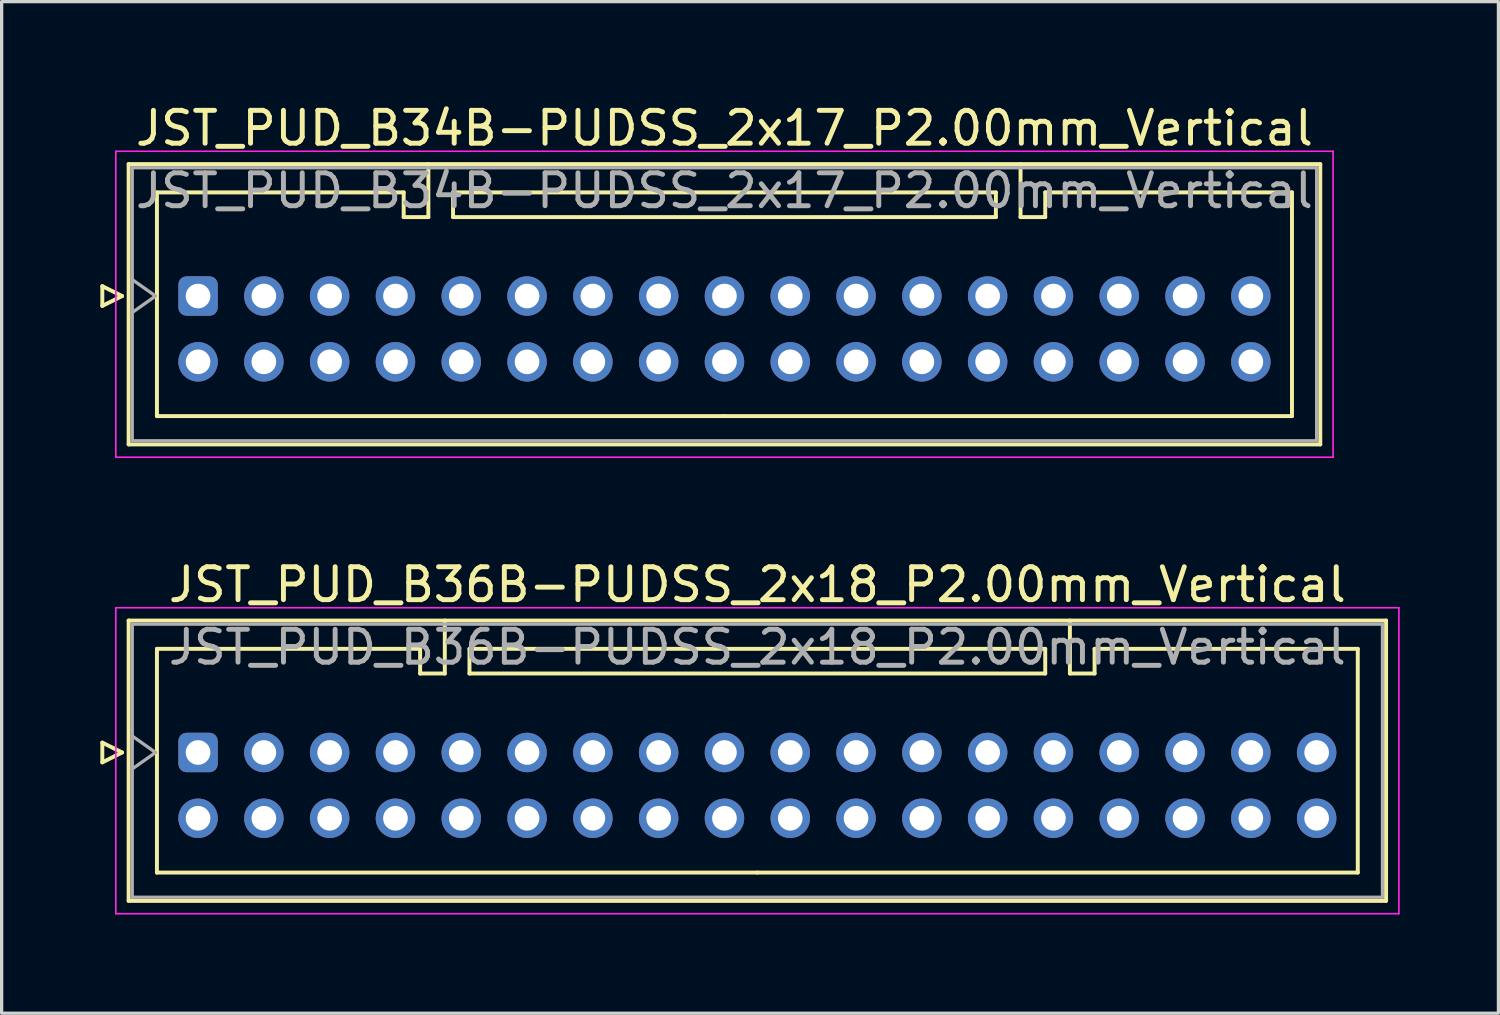
<source format=kicad_pcb>
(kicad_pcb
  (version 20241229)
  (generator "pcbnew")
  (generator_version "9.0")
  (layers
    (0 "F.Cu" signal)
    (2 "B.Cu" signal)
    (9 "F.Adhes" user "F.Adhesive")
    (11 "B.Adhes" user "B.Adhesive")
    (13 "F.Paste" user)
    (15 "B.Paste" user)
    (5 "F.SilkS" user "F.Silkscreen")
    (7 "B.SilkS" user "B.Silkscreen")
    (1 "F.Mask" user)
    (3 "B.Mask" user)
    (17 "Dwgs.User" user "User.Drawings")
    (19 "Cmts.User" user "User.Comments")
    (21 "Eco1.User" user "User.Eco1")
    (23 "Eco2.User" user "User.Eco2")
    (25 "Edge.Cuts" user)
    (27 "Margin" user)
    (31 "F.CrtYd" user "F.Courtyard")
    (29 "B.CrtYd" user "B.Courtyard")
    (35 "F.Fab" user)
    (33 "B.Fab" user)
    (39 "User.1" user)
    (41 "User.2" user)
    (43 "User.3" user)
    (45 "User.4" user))
  (footprint "JST_PUD_B36B-PUDSS_2x18_P2.00mm_Vertical"
    (layer "F.Cu")
    (at 2.97 19.822)
    (property "Reference" "JST_PUD_B36B-PUDSS_2x18_P2.00mm_Vertical" (at 17 -5.1 0) (layer "F.SilkS") (effects (font (size 1 1) (thickness 0.15))))
    (attr through_hole)
    (fp_line (start -2.91 -0.3) (end -2.31 0) (stroke (width 0.12) (type solid)) (layer "F.SilkS"))
    (fp_line (start -2.91 0.3) (end -2.91 -0.3) (stroke (width 0.12) (type solid)) (layer "F.SilkS"))
    (fp_line (start -2.31 0) (end -2.91 0.3) (stroke (width 0.12) (type solid)) (layer "F.SilkS"))
    (fp_line (start -2.11 -4.01) (end -2.11 4.51) (stroke (width 0.12) (type solid)) (layer "F.SilkS"))
    (fp_line (start -2.11 4.51) (end 36.11 4.51) (stroke (width 0.12) (type solid)) (layer "F.SilkS"))
    (fp_line (start -1.25 -3.15) (end -1.25 3.65) (stroke (width 0.12) (type solid)) (layer "F.SilkS"))
    (fp_line (start -1.25 3.65) (end 17 3.65) (stroke (width 0.12) (type solid)) (layer "F.SilkS"))
    (fp_line (start 6.75 -3.15) (end -1.25 -3.15) (stroke (width 0.12) (type solid)) (layer "F.SilkS"))
    (fp_line (start 6.75 -2.4) (end 6.75 -3.15) (stroke (width 0.12) (type solid)) (layer "F.SilkS"))
    (fp_line (start 7.5 -4.01) (end 7.5 -2.4) (stroke (width 0.12) (type solid)) (layer "F.SilkS"))
    (fp_line (start 7.5 -2.4) (end 6.75 -2.4) (stroke (width 0.12) (type solid)) (layer "F.SilkS"))
    (fp_line (start 8.25 -3.15) (end 8.25 -2.4) (stroke (width 0.12) (type solid)) (layer "F.SilkS"))
    (fp_line (start 8.25 -2.4) (end 25.75 -2.4) (stroke (width 0.12) (type solid)) (layer "F.SilkS"))
    (fp_line (start 25.75 -3.15) (end 8.25 -3.15) (stroke (width 0.12) (type solid)) (layer "F.SilkS"))
    (fp_line (start 25.75 -2.4) (end 25.75 -3.15) (stroke (width 0.12) (type solid)) (layer "F.SilkS"))
    (fp_line (start 26.5 -4.01) (end 26.5 -2.4) (stroke (width 0.12) (type solid)) (layer "F.SilkS"))
    (fp_line (start 26.5 -2.4) (end 27.25 -2.4) (stroke (width 0.12) (type solid)) (layer "F.SilkS"))
    (fp_line (start 27.25 -3.15) (end 35.25 -3.15) (stroke (width 0.12) (type solid)) (layer "F.SilkS"))
    (fp_line (start 27.25 -2.4) (end 27.25 -3.15) (stroke (width 0.12) (type solid)) (layer "F.SilkS"))
    (fp_line (start 35.25 -3.15) (end 35.25 3.65) (stroke (width 0.12) (type solid)) (layer "F.SilkS"))
    (fp_line (start 35.25 3.65) (end 17 3.65) (stroke (width 0.12) (type solid)) (layer "F.SilkS"))
    (fp_line (start 36.11 -4.01) (end -2.11 -4.01) (stroke (width 0.12) (type solid)) (layer "F.SilkS"))
    (fp_line (start 36.11 4.51) (end 36.11 -4.01) (stroke (width 0.12) (type solid)) (layer "F.SilkS"))
    (fp_line (start -2.5 -4.4) (end -2.5 4.9) (stroke (width 0.05) (type solid)) (layer "F.CrtYd"))
    (fp_line (start -2.5 4.9) (end 36.5 4.9) (stroke (width 0.05) (type solid)) (layer "F.CrtYd"))
    (fp_line (start 36.5 -4.4) (end -2.5 -4.4) (stroke (width 0.05) (type solid)) (layer "F.CrtYd"))
    (fp_line (start 36.5 4.9) (end 36.5 -4.4) (stroke (width 0.05) (type solid)) (layer "F.CrtYd"))
    (fp_line (start -2 -3.9) (end -2 4.4) (stroke (width 0.1) (type solid)) (layer "F.Fab"))
    (fp_line (start -2 0.5) (end -1.293 0) (stroke (width 0.1) (type solid)) (layer "F.Fab"))
    (fp_line (start -2 4.4) (end 36 4.4) (stroke (width 0.1) (type solid)) (layer "F.Fab"))
    (fp_line (start -1.293 0) (end -2 -0.5) (stroke (width 0.1) (type solid)) (layer "F.Fab"))
    (fp_line (start 36 -3.9) (end -2 -3.9) (stroke (width 0.1) (type solid)) (layer "F.Fab"))
    (fp_line (start 36 4.4) (end 36 -3.9) (stroke (width 0.1) (type solid)) (layer "F.Fab"))
    (fp_text user "${REFERENCE}" (at 17 -3.2 0) (layer "F.Fab") (effects (font (size 1 1) (thickness 0.15))))
    (pad "1" thru_hole roundrect (at 0 0) (size 1.2 1.2) (drill 0.75) (layers "*.Cu" "*.Mask") (roundrect_rratio 0.208))
    (pad "2" thru_hole circle (at 0 2) (size 1.2 1.2) (drill 0.75) (layers "*.Cu" "*.Mask"))
    (pad "3" thru_hole circle (at 2 0) (size 1.2 1.2) (drill 0.75) (layers "*.Cu" "*.Mask"))
    (pad "4" thru_hole circle (at 2 2) (size 1.2 1.2) (drill 0.75) (layers "*.Cu" "*.Mask"))
    (pad "5" thru_hole circle (at 4 0) (size 1.2 1.2) (drill 0.75) (layers "*.Cu" "*.Mask"))
    (pad "6" thru_hole circle (at 4 2) (size 1.2 1.2) (drill 0.75) (layers "*.Cu" "*.Mask"))
    (pad "7" thru_hole circle (at 6 0) (size 1.2 1.2) (drill 0.75) (layers "*.Cu" "*.Mask"))
    (pad "8" thru_hole circle (at 6 2) (size 1.2 1.2) (drill 0.75) (layers "*.Cu" "*.Mask"))
    (pad "9" thru_hole circle (at 8 0) (size 1.2 1.2) (drill 0.75) (layers "*.Cu" "*.Mask"))
    (pad "10" thru_hole circle (at 8 2) (size 1.2 1.2) (drill 0.75) (layers "*.Cu" "*.Mask"))
    (pad "11" thru_hole circle (at 10 0) (size 1.2 1.2) (drill 0.75) (layers "*.Cu" "*.Mask"))
    (pad "12" thru_hole circle (at 10 2) (size 1.2 1.2) (drill 0.75) (layers "*.Cu" "*.Mask"))
    (pad "13" thru_hole circle (at 12 0) (size 1.2 1.2) (drill 0.75) (layers "*.Cu" "*.Mask"))
    (pad "14" thru_hole circle (at 12 2) (size 1.2 1.2) (drill 0.75) (layers "*.Cu" "*.Mask"))
    (pad "15" thru_hole circle (at 14 0) (size 1.2 1.2) (drill 0.75) (layers "*.Cu" "*.Mask"))
    (pad "16" thru_hole circle (at 14 2) (size 1.2 1.2) (drill 0.75) (layers "*.Cu" "*.Mask"))
    (pad "17" thru_hole circle (at 16 0) (size 1.2 1.2) (drill 0.75) (layers "*.Cu" "*.Mask"))
    (pad "18" thru_hole circle (at 16 2) (size 1.2 1.2) (drill 0.75) (layers "*.Cu" "*.Mask"))
    (pad "19" thru_hole circle (at 18 0) (size 1.2 1.2) (drill 0.75) (layers "*.Cu" "*.Mask"))
    (pad "20" thru_hole circle (at 18 2) (size 1.2 1.2) (drill 0.75) (layers "*.Cu" "*.Mask"))
    (pad "21" thru_hole circle (at 20 0) (size 1.2 1.2) (drill 0.75) (layers "*.Cu" "*.Mask"))
    (pad "22" thru_hole circle (at 20 2) (size 1.2 1.2) (drill 0.75) (layers "*.Cu" "*.Mask"))
    (pad "23" thru_hole circle (at 22 0) (size 1.2 1.2) (drill 0.75) (layers "*.Cu" "*.Mask"))
    (pad "24" thru_hole circle (at 22 2) (size 1.2 1.2) (drill 0.75) (layers "*.Cu" "*.Mask"))
    (pad "25" thru_hole circle (at 24 0) (size 1.2 1.2) (drill 0.75) (layers "*.Cu" "*.Mask"))
    (pad "26" thru_hole circle (at 24 2) (size 1.2 1.2) (drill 0.75) (layers "*.Cu" "*.Mask"))
    (pad "27" thru_hole circle (at 26 0) (size 1.2 1.2) (drill 0.75) (layers "*.Cu" "*.Mask"))
    (pad "28" thru_hole circle (at 26 2) (size 1.2 1.2) (drill 0.75) (layers "*.Cu" "*.Mask"))
    (pad "29" thru_hole circle (at 28 0) (size 1.2 1.2) (drill 0.75) (layers "*.Cu" "*.Mask"))
    (pad "30" thru_hole circle (at 28 2) (size 1.2 1.2) (drill 0.75) (layers "*.Cu" "*.Mask"))
    (pad "31" thru_hole circle (at 30 0) (size 1.2 1.2) (drill 0.75) (layers "*.Cu" "*.Mask"))
    (pad "32" thru_hole circle (at 30 2) (size 1.2 1.2) (drill 0.75) (layers "*.Cu" "*.Mask"))
    (pad "33" thru_hole circle (at 32 0) (size 1.2 1.2) (drill 0.75) (layers "*.Cu" "*.Mask"))
    (pad "34" thru_hole circle (at 32 2) (size 1.2 1.2) (drill 0.75) (layers "*.Cu" "*.Mask"))
    (pad "35" thru_hole circle (at 34 0) (size 1.2 1.2) (drill 0.75) (layers "*.Cu" "*.Mask"))
    (pad "36" thru_hole circle (at 34 2) (size 1.2 1.2) (drill 0.75) (layers "*.Cu" "*.Mask")))
  (footprint "JST_PUD_B34B-PUDSS_2x17_P2.00mm_Vertical"
    (layer "F.Cu")
    (at 2.97 5.948)
    (property "Reference" "JST_PUD_B34B-PUDSS_2x17_P2.00mm_Vertical" (at 16 -5.1 0) (layer "F.SilkS") (effects (font (size 1 1) (thickness 0.15))))
    (attr through_hole)
    (fp_line (start -2.91 -0.3) (end -2.31 0) (stroke (width 0.12) (type solid)) (layer "F.SilkS"))
    (fp_line (start -2.91 0.3) (end -2.91 -0.3) (stroke (width 0.12) (type solid)) (layer "F.SilkS"))
    (fp_line (start -2.31 0) (end -2.91 0.3) (stroke (width 0.12) (type solid)) (layer "F.SilkS"))
    (fp_line (start -2.11 -4.01) (end -2.11 4.51) (stroke (width 0.12) (type solid)) (layer "F.SilkS"))
    (fp_line (start -2.11 4.51) (end 34.11 4.51) (stroke (width 0.12) (type solid)) (layer "F.SilkS"))
    (fp_line (start -1.25 -3.15) (end -1.25 3.65) (stroke (width 0.12) (type solid)) (layer "F.SilkS"))
    (fp_line (start -1.25 3.65) (end 16 3.65) (stroke (width 0.12) (type solid)) (layer "F.SilkS"))
    (fp_line (start 6.25 -3.15) (end -1.25 -3.15) (stroke (width 0.12) (type solid)) (layer "F.SilkS"))
    (fp_line (start 6.25 -2.4) (end 6.25 -3.15) (stroke (width 0.12) (type solid)) (layer "F.SilkS"))
    (fp_line (start 7 -4.01) (end 7 -2.4) (stroke (width 0.12) (type solid)) (layer "F.SilkS"))
    (fp_line (start 7 -2.4) (end 6.25 -2.4) (stroke (width 0.12) (type solid)) (layer "F.SilkS"))
    (fp_line (start 7.75 -3.15) (end 7.75 -2.4) (stroke (width 0.12) (type solid)) (layer "F.SilkS"))
    (fp_line (start 7.75 -2.4) (end 24.25 -2.4) (stroke (width 0.12) (type solid)) (layer "F.SilkS"))
    (fp_line (start 24.25 -3.15) (end 7.75 -3.15) (stroke (width 0.12) (type solid)) (layer "F.SilkS"))
    (fp_line (start 24.25 -2.4) (end 24.25 -3.15) (stroke (width 0.12) (type solid)) (layer "F.SilkS"))
    (fp_line (start 25 -4.01) (end 25 -2.4) (stroke (width 0.12) (type solid)) (layer "F.SilkS"))
    (fp_line (start 25 -2.4) (end 25.75 -2.4) (stroke (width 0.12) (type solid)) (layer "F.SilkS"))
    (fp_line (start 25.75 -3.15) (end 33.25 -3.15) (stroke (width 0.12) (type solid)) (layer "F.SilkS"))
    (fp_line (start 25.75 -2.4) (end 25.75 -3.15) (stroke (width 0.12) (type solid)) (layer "F.SilkS"))
    (fp_line (start 33.25 -3.15) (end 33.25 3.65) (stroke (width 0.12) (type solid)) (layer "F.SilkS"))
    (fp_line (start 33.25 3.65) (end 16 3.65) (stroke (width 0.12) (type solid)) (layer "F.SilkS"))
    (fp_line (start 34.11 -4.01) (end -2.11 -4.01) (stroke (width 0.12) (type solid)) (layer "F.SilkS"))
    (fp_line (start 34.11 4.51) (end 34.11 -4.01) (stroke (width 0.12) (type solid)) (layer "F.SilkS"))
    (fp_line (start -2.5 -4.4) (end -2.5 4.9) (stroke (width 0.05) (type solid)) (layer "F.CrtYd"))
    (fp_line (start -2.5 4.9) (end 34.5 4.9) (stroke (width 0.05) (type solid)) (layer "F.CrtYd"))
    (fp_line (start 34.5 -4.4) (end -2.5 -4.4) (stroke (width 0.05) (type solid)) (layer "F.CrtYd"))
    (fp_line (start 34.5 4.9) (end 34.5 -4.4) (stroke (width 0.05) (type solid)) (layer "F.CrtYd"))
    (fp_line (start -2 -3.9) (end -2 4.4) (stroke (width 0.1) (type solid)) (layer "F.Fab"))
    (fp_line (start -2 0.5) (end -1.293 0) (stroke (width 0.1) (type solid)) (layer "F.Fab"))
    (fp_line (start -2 4.4) (end 34 4.4) (stroke (width 0.1) (type solid)) (layer "F.Fab"))
    (fp_line (start -1.293 0) (end -2 -0.5) (stroke (width 0.1) (type solid)) (layer "F.Fab"))
    (fp_line (start 34 -3.9) (end -2 -3.9) (stroke (width 0.1) (type solid)) (layer "F.Fab"))
    (fp_line (start 34 4.4) (end 34 -3.9) (stroke (width 0.1) (type solid)) (layer "F.Fab"))
    (fp_text user "${REFERENCE}" (at 16 -3.2 0) (layer "F.Fab") (effects (font (size 1 1) (thickness 0.15))))
    (pad "1" thru_hole roundrect (at 0 0) (size 1.2 1.2) (drill 0.75) (layers "*.Cu" "*.Mask") (roundrect_rratio 0.208))
    (pad "2" thru_hole circle (at 0 2) (size 1.2 1.2) (drill 0.75) (layers "*.Cu" "*.Mask"))
    (pad "3" thru_hole circle (at 2 0) (size 1.2 1.2) (drill 0.75) (layers "*.Cu" "*.Mask"))
    (pad "4" thru_hole circle (at 2 2) (size 1.2 1.2) (drill 0.75) (layers "*.Cu" "*.Mask"))
    (pad "5" thru_hole circle (at 4 0) (size 1.2 1.2) (drill 0.75) (layers "*.Cu" "*.Mask"))
    (pad "6" thru_hole circle (at 4 2) (size 1.2 1.2) (drill 0.75) (layers "*.Cu" "*.Mask"))
    (pad "7" thru_hole circle (at 6 0) (size 1.2 1.2) (drill 0.75) (layers "*.Cu" "*.Mask"))
    (pad "8" thru_hole circle (at 6 2) (size 1.2 1.2) (drill 0.75) (layers "*.Cu" "*.Mask"))
    (pad "9" thru_hole circle (at 8 0) (size 1.2 1.2) (drill 0.75) (layers "*.Cu" "*.Mask"))
    (pad "10" thru_hole circle (at 8 2) (size 1.2 1.2) (drill 0.75) (layers "*.Cu" "*.Mask"))
    (pad "11" thru_hole circle (at 10 0) (size 1.2 1.2) (drill 0.75) (layers "*.Cu" "*.Mask"))
    (pad "12" thru_hole circle (at 10 2) (size 1.2 1.2) (drill 0.75) (layers "*.Cu" "*.Mask"))
    (pad "13" thru_hole circle (at 12 0) (size 1.2 1.2) (drill 0.75) (layers "*.Cu" "*.Mask"))
    (pad "14" thru_hole circle (at 12 2) (size 1.2 1.2) (drill 0.75) (layers "*.Cu" "*.Mask"))
    (pad "15" thru_hole circle (at 14 0) (size 1.2 1.2) (drill 0.75) (layers "*.Cu" "*.Mask"))
    (pad "16" thru_hole circle (at 14 2) (size 1.2 1.2) (drill 0.75) (layers "*.Cu" "*.Mask"))
    (pad "17" thru_hole circle (at 16 0) (size 1.2 1.2) (drill 0.75) (layers "*.Cu" "*.Mask"))
    (pad "18" thru_hole circle (at 16 2) (size 1.2 1.2) (drill 0.75) (layers "*.Cu" "*.Mask"))
    (pad "19" thru_hole circle (at 18 0) (size 1.2 1.2) (drill 0.75) (layers "*.Cu" "*.Mask"))
    (pad "20" thru_hole circle (at 18 2) (size 1.2 1.2) (drill 0.75) (layers "*.Cu" "*.Mask"))
    (pad "21" thru_hole circle (at 20 0) (size 1.2 1.2) (drill 0.75) (layers "*.Cu" "*.Mask"))
    (pad "22" thru_hole circle (at 20 2) (size 1.2 1.2) (drill 0.75) (layers "*.Cu" "*.Mask"))
    (pad "23" thru_hole circle (at 22 0) (size 1.2 1.2) (drill 0.75) (layers "*.Cu" "*.Mask"))
    (pad "24" thru_hole circle (at 22 2) (size 1.2 1.2) (drill 0.75) (layers "*.Cu" "*.Mask"))
    (pad "25" thru_hole circle (at 24 0) (size 1.2 1.2) (drill 0.75) (layers "*.Cu" "*.Mask"))
    (pad "26" thru_hole circle (at 24 2) (size 1.2 1.2) (drill 0.75) (layers "*.Cu" "*.Mask"))
    (pad "27" thru_hole circle (at 26 0) (size 1.2 1.2) (drill 0.75) (layers "*.Cu" "*.Mask"))
    (pad "28" thru_hole circle (at 26 2) (size 1.2 1.2) (drill 0.75) (layers "*.Cu" "*.Mask"))
    (pad "29" thru_hole circle (at 28 0) (size 1.2 1.2) (drill 0.75) (layers "*.Cu" "*.Mask"))
    (pad "30" thru_hole circle (at 28 2) (size 1.2 1.2) (drill 0.75) (layers "*.Cu" "*.Mask"))
    (pad "31" thru_hole circle (at 30 0) (size 1.2 1.2) (drill 0.75) (layers "*.Cu" "*.Mask"))
    (pad "32" thru_hole circle (at 30 2) (size 1.2 1.2) (drill 0.75) (layers "*.Cu" "*.Mask"))
    (pad "33" thru_hole circle (at 32 0) (size 1.2 1.2) (drill 0.75) (layers "*.Cu" "*.Mask"))
    (pad "34" thru_hole circle (at 32 2) (size 1.2 1.2) (drill 0.75) (layers "*.Cu" "*.Mask")))
  (gr_rect
    (start -3 -3)
    (end 42.495 27.747)
    (stroke (width 0.1) (type default))
    (fill no)
    (layer "Edge.Cuts")))
</source>
